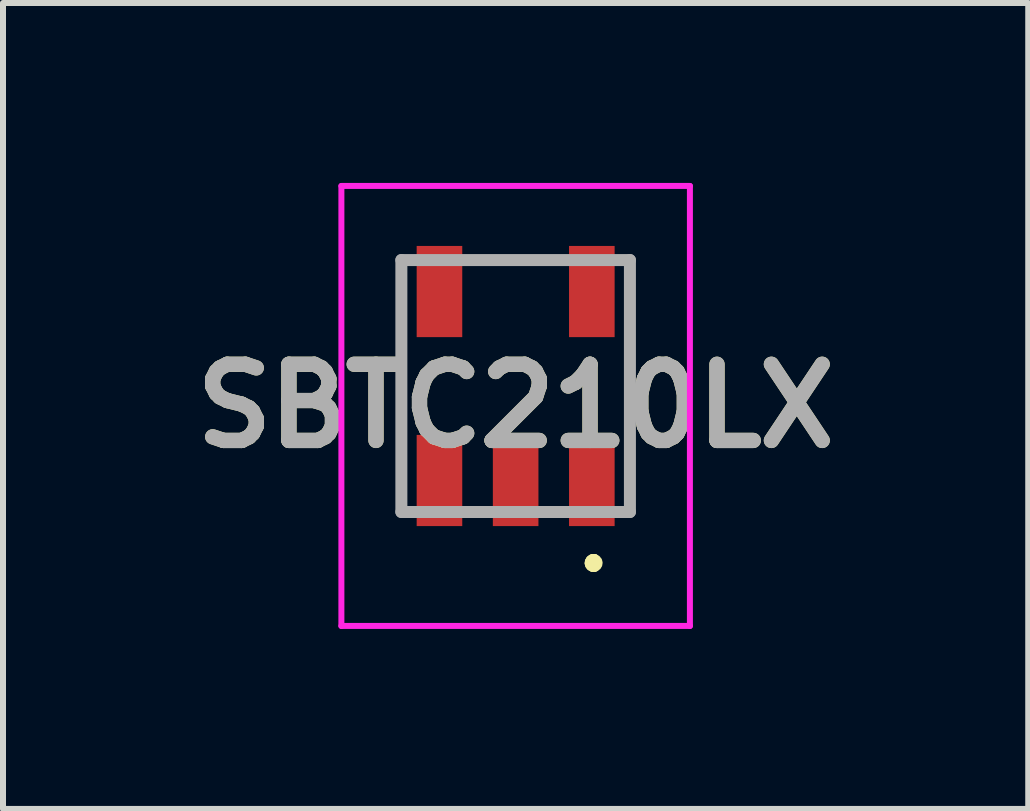
<source format=kicad_pcb>
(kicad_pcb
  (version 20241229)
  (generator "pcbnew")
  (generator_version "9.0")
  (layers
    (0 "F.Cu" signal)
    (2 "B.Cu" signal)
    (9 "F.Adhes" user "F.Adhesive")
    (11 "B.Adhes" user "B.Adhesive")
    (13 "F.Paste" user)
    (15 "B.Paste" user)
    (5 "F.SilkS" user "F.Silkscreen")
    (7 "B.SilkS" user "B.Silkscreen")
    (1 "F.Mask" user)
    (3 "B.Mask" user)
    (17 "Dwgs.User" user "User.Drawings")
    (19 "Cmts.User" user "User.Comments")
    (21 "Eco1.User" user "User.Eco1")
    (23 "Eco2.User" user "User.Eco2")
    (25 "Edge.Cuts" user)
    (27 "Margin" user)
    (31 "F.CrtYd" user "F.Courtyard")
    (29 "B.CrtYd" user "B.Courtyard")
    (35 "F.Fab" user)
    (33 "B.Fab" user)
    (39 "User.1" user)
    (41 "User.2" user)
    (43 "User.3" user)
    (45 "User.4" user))
  (footprint "SBTC210LX"
    (layer "F.Cu")
    (at 5.546 3.385)
    (property "Reference" "SBTC210LX" (at 0 0.333 0) (layer "F.SilkS") (effects (font (size 1.27 1.27) (thickness 0.254))))
    (attr smd)
    (fp_line (start 1.3 2.9) (end 1.3 2.9) (stroke (width 0.2) (type solid)) (layer "F.SilkS"))
    (fp_line (start 1.3 2.9) (end 1.3 2.9) (stroke (width 0.2) (type solid)) (layer "F.SilkS"))
    (fp_line (start 1.3 3) (end 1.3 3) (stroke (width 0.2) (type solid)) (layer "F.SilkS"))
    (fp_arc (start 1.3 2.9) (mid 1.35 2.95) (end 1.3 3) (stroke (width 0.2) (type solid)) (layer "F.SilkS"))
    (fp_arc (start 1.3 3) (mid 1.25 2.95) (end 1.3 2.9) (stroke (width 0.2) (type solid)) (layer "F.SilkS"))
    (fp_arc (start 1.3 3) (mid 1.25 2.95) (end 1.3 2.9) (stroke (width 0.2) (type solid)) (layer "F.SilkS"))
    (fp_line (start -2.905 -3.335) (end 2.905 -3.335) (stroke (width 0.1) (type solid)) (layer "F.CrtYd"))
    (fp_line (start -2.905 4) (end -2.905 -3.335) (stroke (width 0.1) (type solid)) (layer "F.CrtYd"))
    (fp_line (start 2.905 -3.335) (end 2.905 4) (stroke (width 0.1) (type solid)) (layer "F.CrtYd"))
    (fp_line (start 2.905 4) (end -2.905 4) (stroke (width 0.1) (type solid)) (layer "F.CrtYd"))
    (fp_line (start -1.905 -2.1) (end -1.905 2.1) (stroke (width 0.2) (type solid)) (layer "F.Fab"))
    (fp_line (start -1.905 2.1) (end 1.905 2.1) (stroke (width 0.2) (type solid)) (layer "F.Fab"))
    (fp_line (start 1.905 -2.1) (end -1.905 -2.1) (stroke (width 0.2) (type solid)) (layer "F.Fab"))
    (fp_line (start 1.905 2.1) (end 1.905 -2.1) (stroke (width 0.2) (type solid)) (layer "F.Fab"))
    (fp_text user "${REFERENCE}" (at 0 0.333 0) (layer "F.Fab") (effects (font (size 1.27 1.27) (thickness 0.254))))
    (pad "1" smd rect (at 1.27 1.575) (size 0.76 1.52) (layers "F.Cu" "F.Mask" "F.Paste"))
    (pad "2" smd rect (at 0 1.575) (size 0.76 1.52) (layers "F.Cu" "F.Mask" "F.Paste"))
    (pad "3" smd rect (at -1.27 1.575) (size 0.76 1.52) (layers "F.Cu" "F.Mask" "F.Paste"))
    (pad "4" smd rect (at -1.27 -1.575) (size 0.76 1.52) (layers "F.Cu" "F.Mask" "F.Paste"))
    (pad "6" smd rect (at 1.27 -1.575) (size 0.76 1.52) (layers "F.Cu" "F.Mask" "F.Paste")))
  (gr_rect
    (start -3 -3)
    (end 14.091 10.435)
    (stroke (width 0.1) (type default))
    (fill no)
    (layer "Edge.Cuts")))
</source>
